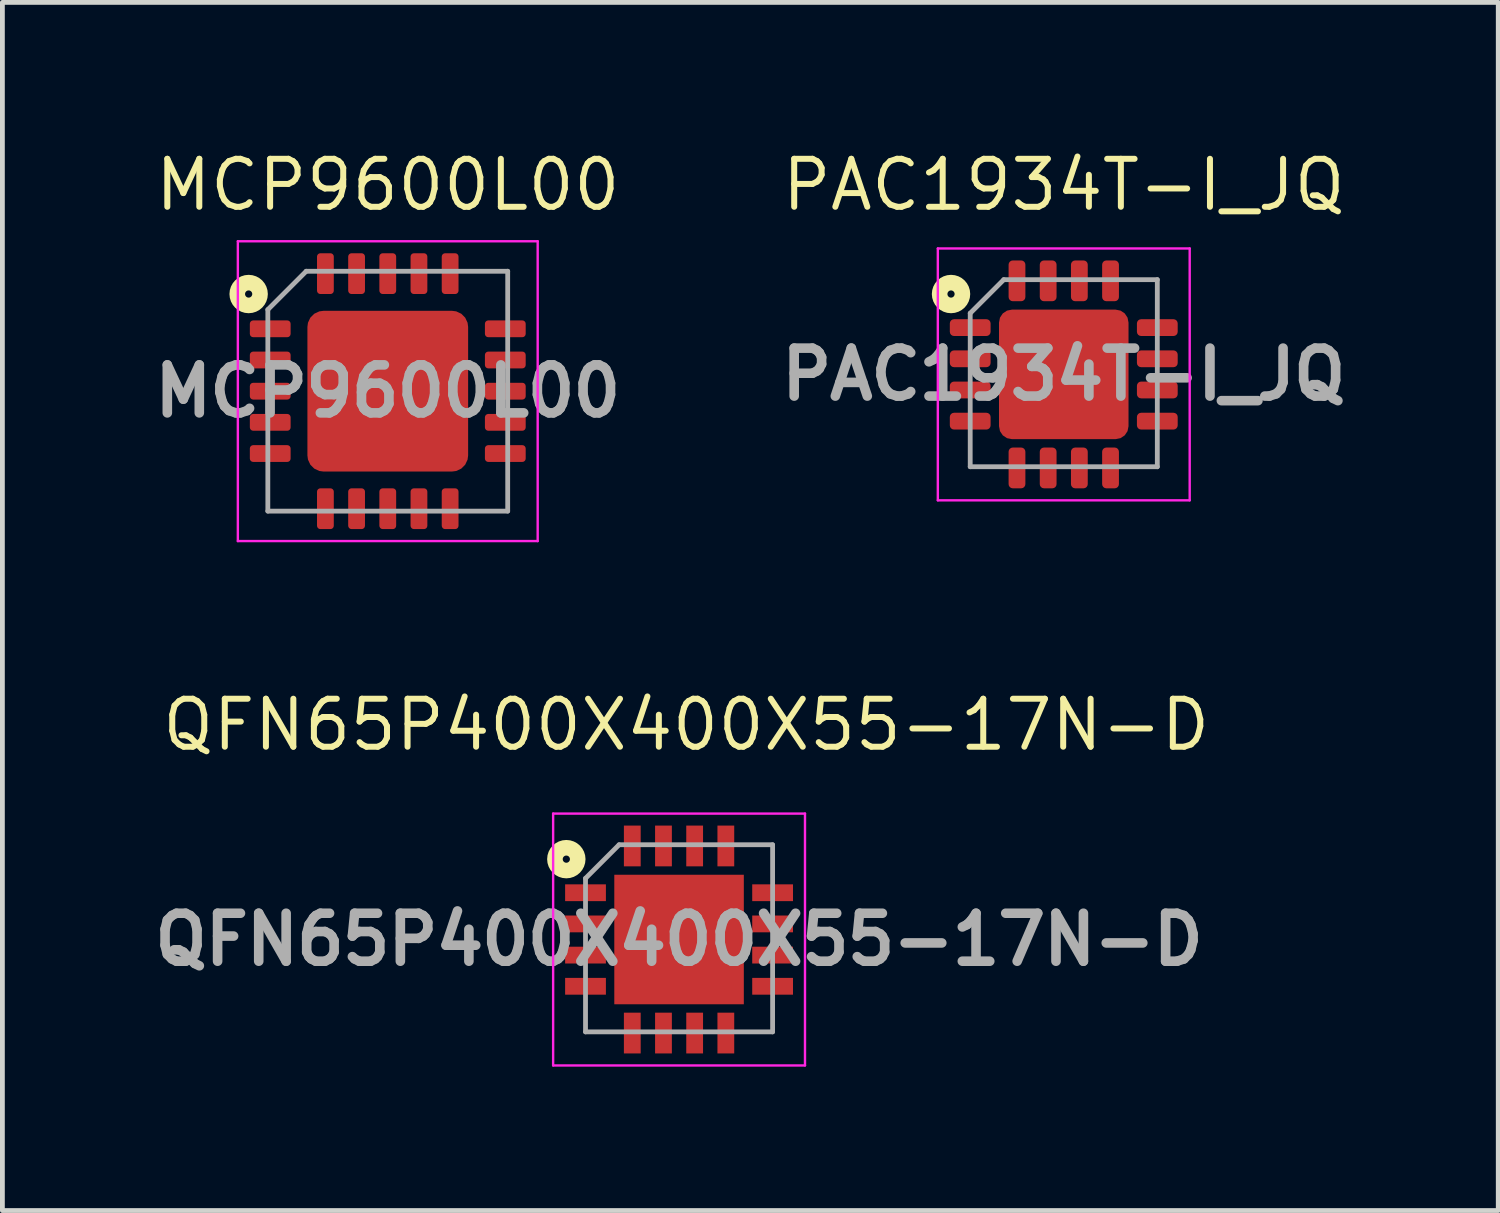
<source format=kicad_pcb>
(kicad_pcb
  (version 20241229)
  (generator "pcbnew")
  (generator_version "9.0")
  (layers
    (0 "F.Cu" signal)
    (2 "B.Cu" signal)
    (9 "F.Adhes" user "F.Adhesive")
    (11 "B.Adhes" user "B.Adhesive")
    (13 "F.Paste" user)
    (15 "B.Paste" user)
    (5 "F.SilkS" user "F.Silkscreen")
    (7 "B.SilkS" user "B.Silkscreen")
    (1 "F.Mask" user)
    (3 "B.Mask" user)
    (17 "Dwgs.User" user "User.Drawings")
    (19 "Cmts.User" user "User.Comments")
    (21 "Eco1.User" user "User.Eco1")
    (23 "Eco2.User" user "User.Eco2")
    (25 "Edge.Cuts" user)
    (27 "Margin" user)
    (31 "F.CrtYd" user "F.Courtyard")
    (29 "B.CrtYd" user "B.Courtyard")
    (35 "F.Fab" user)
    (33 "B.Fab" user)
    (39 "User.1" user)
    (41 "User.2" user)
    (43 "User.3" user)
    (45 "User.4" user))
  (footprint "MCP9600L00"
    (layer "F.Cu")
    (at 5.033 5.104)
    (property "Reference" "MCP9600L00" (at 0 -4.3 0) (layer "F.SilkS") (effects (font (size 1 1) (thickness 0.125))))
    (attr smd)
    (fp_circle (center -2.9 -2.025) (end -2.9 -1.95) (stroke (width 0.325) (type solid)) (fill no) (layer "F.SilkS"))
    (fp_line (start -3.125 -3.125) (end 3.125 -3.125) (stroke (width 0.05) (type solid)) (layer "F.CrtYd"))
    (fp_line (start -3.125 3.125) (end -3.125 -3.125) (stroke (width 0.05) (type solid)) (layer "F.CrtYd"))
    (fp_line (start 3.125 -3.125) (end 3.125 3.125) (stroke (width 0.05) (type solid)) (layer "F.CrtYd"))
    (fp_line (start 3.125 3.125) (end -3.125 3.125) (stroke (width 0.05) (type solid)) (layer "F.CrtYd"))
    (fp_line (start -2.5 -1.7) (end -1.7 -2.5) (stroke (width 0.1) (type default)) (layer "F.Fab"))
    (fp_line (start -2.5 2.5) (end -2.5 -1.7) (stroke (width 0.1) (type solid)) (layer "F.Fab"))
    (fp_line (start -1.7 -2.5) (end 2.5 -2.5) (stroke (width 0.1) (type solid)) (layer "F.Fab"))
    (fp_line (start 2.5 -2.5) (end 2.5 2.5) (stroke (width 0.1) (type solid)) (layer "F.Fab"))
    (fp_line (start 2.5 2.5) (end -2.5 2.5) (stroke (width 0.1) (type solid)) (layer "F.Fab"))
    (fp_text user "${REFERENCE}" (at 0 0 0) (layer "F.Fab") (effects (font (size 1 1) (thickness 0.2))))
    (pad "1" smd roundrect (at -2.45 -1.3 90) (size 0.35 0.85) (layers "F.Cu" "F.Mask" "F.Paste") (roundrect_rratio 0.2))
    (pad "2" smd roundrect (at -2.45 -0.65 90) (size 0.35 0.85) (layers "F.Cu" "F.Mask" "F.Paste") (roundrect_rratio 0.2))
    (pad "3" smd roundrect (at -2.45 0 90) (size 0.35 0.85) (layers "F.Cu" "F.Mask" "F.Paste") (roundrect_rratio 0.2))
    (pad "4" smd roundrect (at -2.45 0.65 90) (size 0.35 0.85) (layers "F.Cu" "F.Mask" "F.Paste") (roundrect_rratio 0.2))
    (pad "5" smd roundrect (at -2.45 1.3 90) (size 0.35 0.85) (layers "F.Cu" "F.Mask" "F.Paste") (roundrect_rratio 0.2))
    (pad "6" smd roundrect (at -1.3 2.45) (size 0.35 0.85) (layers "F.Cu" "F.Mask" "F.Paste") (roundrect_rratio 0.2))
    (pad "7" smd roundrect (at -0.65 2.45) (size 0.35 0.85) (layers "F.Cu" "F.Mask" "F.Paste") (roundrect_rratio 0.2))
    (pad "8" smd roundrect (at 0 2.45) (size 0.35 0.85) (layers "F.Cu" "F.Mask" "F.Paste") (roundrect_rratio 0.2))
    (pad "9" smd roundrect (at 0.65 2.45) (size 0.35 0.85) (layers "F.Cu" "F.Mask" "F.Paste") (roundrect_rratio 0.2))
    (pad "10" smd roundrect (at 1.3 2.45) (size 0.35 0.85) (layers "F.Cu" "F.Mask" "F.Paste") (roundrect_rratio 0.2))
    (pad "11" smd roundrect (at 2.45 1.3 90) (size 0.35 0.85) (layers "F.Cu" "F.Mask" "F.Paste") (roundrect_rratio 0.2))
    (pad "12" smd roundrect (at 2.45 0.65 90) (size 0.35 0.85) (layers "F.Cu" "F.Mask" "F.Paste") (roundrect_rratio 0.2))
    (pad "13" smd roundrect (at 2.45 0 90) (size 0.35 0.85) (layers "F.Cu" "F.Mask" "F.Paste") (roundrect_rratio 0.2))
    (pad "14" smd roundrect (at 2.45 -0.65 90) (size 0.35 0.85) (layers "F.Cu" "F.Mask" "F.Paste") (roundrect_rratio 0.2))
    (pad "15" smd roundrect (at 2.45 -1.3 90) (size 0.35 0.85) (layers "F.Cu" "F.Mask" "F.Paste") (roundrect_rratio 0.2))
    (pad "16" smd roundrect (at 1.3 -2.45) (size 0.35 0.85) (layers "F.Cu" "F.Mask" "F.Paste") (roundrect_rratio 0.2))
    (pad "17" smd roundrect (at 0.65 -2.45) (size 0.35 0.85) (layers "F.Cu" "F.Mask" "F.Paste") (roundrect_rratio 0.2))
    (pad "18" smd roundrect (at 0 -2.45) (size 0.35 0.85) (layers "F.Cu" "F.Mask" "F.Paste") (roundrect_rratio 0.2))
    (pad "19" smd roundrect (at -0.65 -2.45) (size 0.35 0.85) (layers "F.Cu" "F.Mask" "F.Paste") (roundrect_rratio 0.2))
    (pad "20" smd roundrect (at -1.3 -2.45) (size 0.35 0.85) (layers "F.Cu" "F.Mask" "F.Paste") (roundrect_rratio 0.2))
    (pad "21" smd roundrect (at 0 0) (size 3.35 3.35) (layers "F.Cu" "F.Mask" "F.Paste") (roundrect_rratio 0.1)))
  (footprint "PAC1934T-I_JQ"
    (layer "F.Cu")
    (at 19.124 4.754)
    (property "Reference" "PAC1934T-I_JQ" (at 0 -3.95 0) (layer "F.SilkS") (effects (font (size 1 1) (thickness 0.125))))
    (attr smd)
    (fp_circle (center -2.35 -1.675) (end -2.35 -1.6) (stroke (width 0.325) (type solid)) (fill no) (layer "F.SilkS"))
    (fp_line (start -2.625 -2.625) (end 2.625 -2.625) (stroke (width 0.05) (type solid)) (layer "F.CrtYd"))
    (fp_line (start -2.625 2.625) (end -2.625 -2.625) (stroke (width 0.05) (type solid)) (layer "F.CrtYd"))
    (fp_line (start 2.625 -2.625) (end 2.625 2.625) (stroke (width 0.05) (type solid)) (layer "F.CrtYd"))
    (fp_line (start 2.625 2.625) (end -2.625 2.625) (stroke (width 0.05) (type solid)) (layer "F.CrtYd"))
    (fp_line (start -1.95 -1.275) (end -1.25 -1.975) (stroke (width 0.1) (type default)) (layer "F.Fab"))
    (fp_line (start -1.95 1.925) (end -1.95 -1.275) (stroke (width 0.1) (type solid)) (layer "F.Fab"))
    (fp_line (start -1.25 -1.975) (end 1.95 -1.975) (stroke (width 0.1) (type solid)) (layer "F.Fab"))
    (fp_line (start 1.95 -1.975) (end 1.95 1.925) (stroke (width 0.1) (type solid)) (layer "F.Fab"))
    (fp_line (start 1.95 1.925) (end -1.95 1.925) (stroke (width 0.1) (type solid)) (layer "F.Fab"))
    (fp_text user "${REFERENCE}" (at 0 0 180) (layer "F.Fab") (effects (font (size 1 1) (thickness 0.2))))
    (pad "1" smd roundrect (at -1.95 -0.975 90) (size 0.35 0.85) (layers "F.Cu" "F.Mask" "F.Paste") (roundrect_rratio 0.25))
    (pad "2" smd roundrect (at -1.95 -0.325 90) (size 0.35 0.85) (layers "F.Cu" "F.Mask" "F.Paste") (roundrect_rratio 0.25))
    (pad "3" smd roundrect (at -1.95 0.325 90) (size 0.35 0.85) (layers "F.Cu" "F.Mask" "F.Paste") (roundrect_rratio 0.25))
    (pad "4" smd roundrect (at -1.95 0.975 90) (size 0.35 0.85) (layers "F.Cu" "F.Mask" "F.Paste") (roundrect_rratio 0.25))
    (pad "5" smd roundrect (at -0.975 1.95) (size 0.35 0.85) (layers "F.Cu" "F.Mask" "F.Paste") (roundrect_rratio 0.25))
    (pad "6" smd roundrect (at -0.325 1.95) (size 0.35 0.85) (layers "F.Cu" "F.Mask" "F.Paste") (roundrect_rratio 0.25))
    (pad "7" smd roundrect (at 0.325 1.95) (size 0.35 0.85) (layers "F.Cu" "F.Mask" "F.Paste") (roundrect_rratio 0.25))
    (pad "8" smd roundrect (at 0.975 1.95) (size 0.35 0.85) (layers "F.Cu" "F.Mask" "F.Paste") (roundrect_rratio 0.25))
    (pad "9" smd roundrect (at 1.95 0.975 90) (size 0.35 0.85) (layers "F.Cu" "F.Mask" "F.Paste") (roundrect_rratio 0.25))
    (pad "10" smd roundrect (at 1.95 0.325 90) (size 0.35 0.85) (layers "F.Cu" "F.Mask" "F.Paste") (roundrect_rratio 0.25))
    (pad "11" smd roundrect (at 1.95 -0.325 90) (size 0.35 0.85) (layers "F.Cu" "F.Mask" "F.Paste") (roundrect_rratio 0.25))
    (pad "12" smd roundrect (at 1.95 -0.975 90) (size 0.35 0.85) (layers "F.Cu" "F.Mask" "F.Paste") (roundrect_rratio 0.25))
    (pad "13" smd roundrect (at 0.975 -1.95) (size 0.35 0.85) (layers "F.Cu" "F.Mask" "F.Paste") (roundrect_rratio 0.25))
    (pad "14" smd roundrect (at 0.325 -1.95) (size 0.35 0.85) (layers "F.Cu" "F.Mask" "F.Paste") (roundrect_rratio 0.25))
    (pad "15" smd roundrect (at -0.325 -1.95) (size 0.35 0.85) (layers "F.Cu" "F.Mask" "F.Paste") (roundrect_rratio 0.25))
    (pad "16" smd roundrect (at -0.975 -1.95) (size 0.35 0.85) (layers "F.Cu" "F.Mask" "F.Paste") (roundrect_rratio 0.25))
    (pad "17" smd roundrect (at 0 0) (size 2.7 2.7) (layers "F.Cu" "F.Mask" "F.Paste") (roundrect_rratio 0.1)))
  (footprint "QFN65P400X400X55-17N-D"
    (layer "F.Cu")
    (at 11.105 16.534)
    (property "Reference" "QFN65P400X400X55-17N-D" (at 0.15 -4.475 0) (layer "F.SilkS") (effects (font (size 1 1) (thickness 0.125))))
    (attr smd)
    (fp_circle (center -2.35 -1.675) (end -2.35 -1.6) (stroke (width 0.325) (type solid)) (fill no) (layer "F.SilkS"))
    (fp_line (start -2.625 -2.625) (end 2.625 -2.625) (stroke (width 0.05) (type solid)) (layer "F.CrtYd"))
    (fp_line (start -2.625 2.625) (end -2.625 -2.625) (stroke (width 0.05) (type solid)) (layer "F.CrtYd"))
    (fp_line (start 2.625 -2.625) (end 2.625 2.625) (stroke (width 0.05) (type solid)) (layer "F.CrtYd"))
    (fp_line (start 2.625 2.625) (end -2.625 2.625) (stroke (width 0.05) (type solid)) (layer "F.CrtYd"))
    (fp_line (start -1.95 -1.275) (end -1.25 -1.975) (stroke (width 0.1) (type default)) (layer "F.Fab"))
    (fp_line (start -1.95 1.925) (end -1.95 -1.275) (stroke (width 0.1) (type solid)) (layer "F.Fab"))
    (fp_line (start -1.25 -1.975) (end 1.95 -1.975) (stroke (width 0.1) (type solid)) (layer "F.Fab"))
    (fp_line (start 1.95 -1.975) (end 1.95 1.925) (stroke (width 0.1) (type solid)) (layer "F.Fab"))
    (fp_line (start 1.95 1.925) (end -1.95 1.925) (stroke (width 0.1) (type solid)) (layer "F.Fab"))
    (fp_text user "${REFERENCE}" (at 0 0 180) (layer "F.Fab") (effects (font (size 1 1) (thickness 0.2))))
    (pad "1" smd rect (at -1.95 -0.975 90) (size 0.35 0.85) (layers "F.Cu" "F.Mask" "F.Paste"))
    (pad "2" smd rect (at -1.95 -0.325 90) (size 0.35 0.85) (layers "F.Cu" "F.Mask" "F.Paste"))
    (pad "3" smd rect (at -1.95 0.325 90) (size 0.35 0.85) (layers "F.Cu" "F.Mask" "F.Paste"))
    (pad "4" smd rect (at -1.95 0.975 90) (size 0.35 0.85) (layers "F.Cu" "F.Mask" "F.Paste"))
    (pad "5" smd rect (at -0.975 1.95) (size 0.35 0.85) (layers "F.Cu" "F.Mask" "F.Paste"))
    (pad "6" smd rect (at -0.325 1.95) (size 0.35 0.85) (layers "F.Cu" "F.Mask" "F.Paste"))
    (pad "7" smd rect (at 0.325 1.95) (size 0.35 0.85) (layers "F.Cu" "F.Mask" "F.Paste"))
    (pad "8" smd rect (at 0.975 1.95) (size 0.35 0.85) (layers "F.Cu" "F.Mask" "F.Paste"))
    (pad "9" smd rect (at 1.95 0.975 90) (size 0.35 0.85) (layers "F.Cu" "F.Mask" "F.Paste"))
    (pad "10" smd rect (at 1.95 0.325 90) (size 0.35 0.85) (layers "F.Cu" "F.Mask" "F.Paste"))
    (pad "11" smd rect (at 1.95 -0.325 90) (size 0.35 0.85) (layers "F.Cu" "F.Mask" "F.Paste"))
    (pad "12" smd rect (at 1.95 -0.975 90) (size 0.35 0.85) (layers "F.Cu" "F.Mask" "F.Paste"))
    (pad "13" smd rect (at 0.975 -1.95) (size 0.35 0.85) (layers "F.Cu" "F.Mask" "F.Paste"))
    (pad "14" smd rect (at 0.325 -1.95) (size 0.35 0.85) (layers "F.Cu" "F.Mask" "F.Paste"))
    (pad "15" smd rect (at -0.325 -1.95) (size 0.35 0.85) (layers "F.Cu" "F.Mask" "F.Paste"))
    (pad "16" smd rect (at -0.975 -1.95) (size 0.35 0.85) (layers "F.Cu" "F.Mask" "F.Paste"))
    (pad "17" smd rect (at 0 0) (size 2.7 2.7) (layers "F.Cu" "F.Mask" "F.Paste")))
  (gr_rect
    (start -3 -3)
    (end 28.181 22.184)
    (stroke (width 0.1) (type default))
    (fill no)
    (layer "Edge.Cuts")))
</source>
